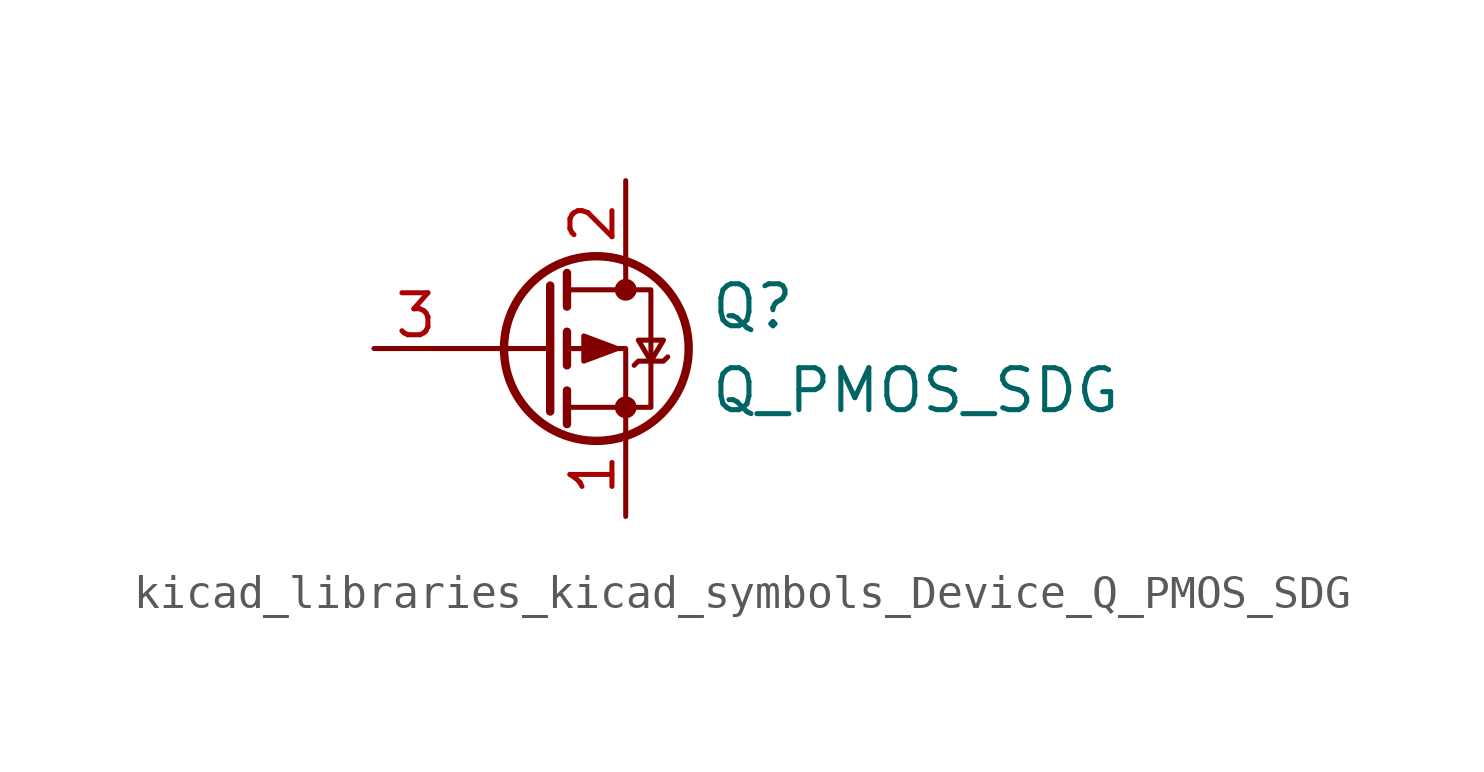
<source format=kicad_sym>
(kicad_symbol_lib
  (version 20220914)
  (generator kicad_symbol_editor)
  (symbol "kicad_libraries_kicad_symbols_Device_Q_PMOS_SDG"
    (pin_names
      (offset 0) hide)
    (property "Reference" "Q"
      (at 5.08 1.27 0)
      (effects (font (size 1.27 1.27)) (justify left)))
    (property "Value" "Q_PMOS_SDG"
      (at 5.08 -1.27 0)
      (effects (font (size 1.27 1.27)) (justify left)))
    (symbol "kicad_libraries_kicad_symbols_Device_Q_PMOS_SDG_0_1"
      (polyline (pts (xy 0.254 0) (xy -2.54 0)) (stroke (width 0) (type default)) (fill (type none)))
      (polyline (pts (xy 0.254 1.905) (xy 0.254 -1.905)) (stroke (width 0.254) (type default)) (fill (type none)))
      (polyline (pts (xy 0.762 -1.27) (xy 0.762 -2.286)) (stroke (width 0.254) (type default)) (fill (type none)))
      (polyline (pts (xy 0.762 0.508) (xy 0.762 -0.508)) (stroke (width 0.254) (type default)) (fill (type none)))
      (polyline (pts (xy 0.762 2.286) (xy 0.762 1.27)) (stroke (width 0.254) (type default)) (fill (type none)))
      (polyline (pts (xy 2.54 2.54) (xy 2.54 1.778)) (stroke (width 0) (type default)) (fill (type none)))
      (polyline (pts (xy 2.54 -2.54) (xy 2.54 0) (xy 0.762 0)) (stroke (width 0) (type default)) (fill (type none)))
      (polyline (pts (xy 0.762 1.778) (xy 3.302 1.778) (xy 3.302 -1.778) (xy 0.762 -1.778)) (stroke (width 0) (type default)) (fill (type none)))
      (polyline (pts (xy 2.286 0) (xy 1.27 0.381) (xy 1.27 -0.381) (xy 2.286 0)) (stroke (width 0) (type default)) (fill (type outline)))
      (polyline (pts (xy 2.794 -0.508) (xy 2.921 -0.381) (xy 3.683 -0.381) (xy 3.81 -0.254)) (stroke (width 0) (type default)) (fill (type none)))
      (polyline (pts (xy 3.302 -0.381) (xy 2.921 0.254) (xy 3.683 0.254) (xy 3.302 -0.381)) (stroke (width 0) (type default)) (fill (type none)))
      (circle (center 1.651 0) (radius 2.794) (stroke (width 0.254) (type default)) (fill (type none)))
      (circle (center 2.54 -1.778) (radius 0.254) (stroke (width 0) (type default)) (fill (type outline)))
      (circle (center 2.54 1.778) (radius 0.254) (stroke (width 0) (type default)) (fill (type outline))))
    (symbol "kicad_libraries_kicad_symbols_Device_Q_PMOS_SDG_1_1"
      (pin passive line (at 2.54 -5.08 90) (length 2.54) (name "S" (effects (font (size 1.27 1.27)))) (number "1" (effects (font (size 1.27 1.27)))))
      (pin passive line (at 2.54 5.08 270) (length 2.54) (name "D" (effects (font (size 1.27 1.27)))) (number "2" (effects (font (size 1.27 1.27)))))
      (pin input line (at -5.08 0 0) (length 2.54) (name "G" (effects (font (size 1.27 1.27)))) (number "3" (effects (font (size 1.27 1.27))))))))
</source>
